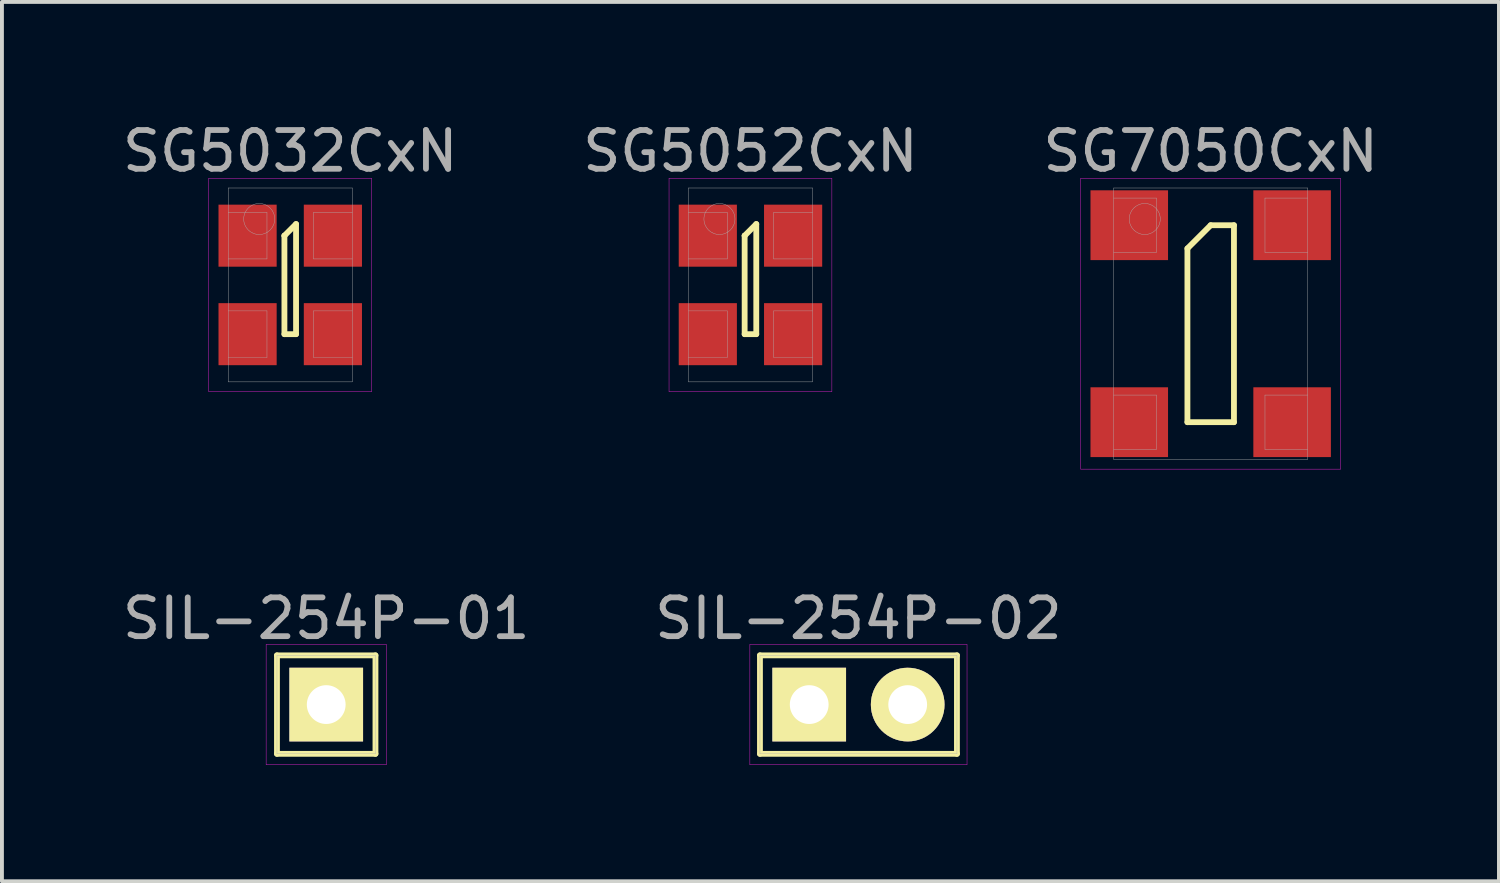
<source format=kicad_pcb>
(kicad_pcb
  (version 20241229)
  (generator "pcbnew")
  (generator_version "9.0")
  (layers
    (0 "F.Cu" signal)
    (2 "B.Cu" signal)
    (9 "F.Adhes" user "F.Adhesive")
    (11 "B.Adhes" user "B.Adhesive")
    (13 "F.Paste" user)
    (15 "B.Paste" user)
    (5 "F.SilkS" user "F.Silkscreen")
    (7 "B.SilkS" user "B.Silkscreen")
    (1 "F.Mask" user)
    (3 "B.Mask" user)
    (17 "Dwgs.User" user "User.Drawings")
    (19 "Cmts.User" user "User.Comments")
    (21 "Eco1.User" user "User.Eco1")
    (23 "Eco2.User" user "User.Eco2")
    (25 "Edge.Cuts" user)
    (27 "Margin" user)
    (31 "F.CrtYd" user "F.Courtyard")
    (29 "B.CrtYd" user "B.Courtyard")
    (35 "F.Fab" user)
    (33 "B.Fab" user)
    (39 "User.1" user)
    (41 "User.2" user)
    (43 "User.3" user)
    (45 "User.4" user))
  (footprint "SG5052CxN"
    (layer "F.Cu")
    (at 16.304 4.298)
    (property "Reference" "SG5052CxN" (at 0 -3.45 0) (layer "F.Fab") (effects (font (size 1 1) (thickness 0.15))))
    (attr through_hole)
    (fp_line (start -0.15 -1.27) (end -0.15 -1.27) (stroke (width 0.15) (type solid)) (layer "F.SilkS"))
    (fp_line (start -0.15 -1.27) (end -0.15 1.27) (stroke (width 0.15) (type solid)) (layer "F.SilkS"))
    (fp_line (start -0.15 1.27) (end 0.15 1.27) (stroke (width 0.15) (type solid)) (layer "F.SilkS"))
    (fp_line (start 0.15 -1.57) (end -0.15 -1.27) (stroke (width 0.15) (type solid)) (layer "F.SilkS"))
    (fp_line (start 0.15 1.27) (end 0.15 -1.57) (stroke (width 0.15) (type solid)) (layer "F.SilkS"))
    (fp_line (start -2.1 -2.75) (end 2.1 -2.75) (stroke (width 0.01) (type solid)) (layer "F.CrtYd"))
    (fp_line (start -2.1 2.75) (end -2.1 -2.75) (stroke (width 0.01) (type solid)) (layer "F.CrtYd"))
    (fp_line (start 2.1 -2.75) (end 2.1 2.75) (stroke (width 0.01) (type solid)) (layer "F.CrtYd"))
    (fp_line (start 2.1 2.75) (end -2.1 2.75) (stroke (width 0.01) (type solid)) (layer "F.CrtYd"))
    (fp_line (start -1.6 -2.5) (end 1.6 -2.5) (stroke (width 0.01) (type solid)) (layer "F.Fab"))
    (fp_line (start -1.6 -0.67) (end -0.6 -0.67) (stroke (width 0.01) (type solid)) (layer "F.Fab"))
    (fp_line (start -1.6 1.87) (end -0.6 1.87) (stroke (width 0.01) (type solid)) (layer "F.Fab"))
    (fp_line (start -1.6 2.5) (end -1.6 -2.5) (stroke (width 0.01) (type solid)) (layer "F.Fab"))
    (fp_line (start -0.6 -1.87) (end -1.6 -1.87) (stroke (width 0.01) (type solid)) (layer "F.Fab"))
    (fp_line (start -0.6 -0.67) (end -0.6 -1.87) (stroke (width 0.01) (type solid)) (layer "F.Fab"))
    (fp_line (start -0.6 0.67) (end -1.6 0.67) (stroke (width 0.01) (type solid)) (layer "F.Fab"))
    (fp_line (start -0.6 1.87) (end -0.6 0.67) (stroke (width 0.01) (type solid)) (layer "F.Fab"))
    (fp_line (start 0.6 -1.87) (end 0.6 -0.67) (stroke (width 0.01) (type solid)) (layer "F.Fab"))
    (fp_line (start 0.6 -0.67) (end 1.6 -0.67) (stroke (width 0.01) (type solid)) (layer "F.Fab"))
    (fp_line (start 0.6 0.67) (end 0.6 1.87) (stroke (width 0.01) (type solid)) (layer "F.Fab"))
    (fp_line (start 0.6 1.87) (end 1.6 1.87) (stroke (width 0.01) (type solid)) (layer "F.Fab"))
    (fp_line (start 1.6 -2.5) (end 1.6 2.5) (stroke (width 0.01) (type solid)) (layer "F.Fab"))
    (fp_line (start 1.6 -1.87) (end 0.6 -1.87) (stroke (width 0.01) (type solid)) (layer "F.Fab"))
    (fp_line (start 1.6 0.67) (end 0.6 0.67) (stroke (width 0.01) (type solid)) (layer "F.Fab"))
    (fp_line (start 1.6 2.5) (end -1.6 2.5) (stroke (width 0.01) (type solid)) (layer "F.Fab"))
    (fp_circle (center -0.8 -1.7) (end -0.8 -1.3) (stroke (width 0.01) (type solid)) (fill no) (layer "F.Fab"))
    (pad "1" smd rect (at -1.1 -1.27) (size 1.5 1.6) (layers "F.Cu" "F.Mask" "F.Paste"))
    (pad "2" smd rect (at -1.1 1.27) (size 1.5 1.6) (layers "F.Cu" "F.Mask" "F.Paste"))
    (pad "3" smd rect (at 1.1 1.27) (size 1.5 1.6) (layers "F.Cu" "F.Mask" "F.Paste"))
    (pad "4" smd rect (at 1.1 -1.27) (size 1.5 1.6) (layers "F.Cu" "F.Mask" "F.Paste")))
  (footprint "SIL-254P-02"
    (layer "F.Cu")
    (at 19.089 15.121)
    (property "Reference" "SIL-254P-02" (at 0 -2.22 0) (layer "F.Fab") (effects (font (size 1 1) (thickness 0.15))))
    (attr through_hole)
    (fp_line (start -2.54 -1.27) (end 2.54 -1.27) (stroke (width 0.15) (type solid)) (layer "F.SilkS"))
    (fp_line (start -2.54 1.27) (end -2.54 -1.27) (stroke (width 0.15) (type solid)) (layer "F.SilkS"))
    (fp_line (start 2.54 -1.27) (end 2.54 1.27) (stroke (width 0.15) (type solid)) (layer "F.SilkS"))
    (fp_line (start 2.54 1.27) (end -2.54 1.27) (stroke (width 0.15) (type solid)) (layer "F.SilkS"))
    (fp_line (start -2.8 -1.55) (end 2.8 -1.55) (stroke (width 0.01) (type solid)) (layer "F.CrtYd"))
    (fp_line (start -2.8 1.55) (end -2.8 -1.55) (stroke (width 0.01) (type solid)) (layer "F.CrtYd"))
    (fp_line (start 2.8 -1.55) (end 2.8 1.55) (stroke (width 0.01) (type solid)) (layer "F.CrtYd"))
    (fp_line (start 2.8 1.55) (end -2.8 1.55) (stroke (width 0.01) (type solid)) (layer "F.CrtYd"))
    (fp_line (start -2.54 -1.27) (end 2.54 -1.27) (stroke (width 0.01) (type solid)) (layer "F.Fab"))
    (fp_line (start -2.54 1.27) (end -2.54 -1.27) (stroke (width 0.01) (type solid)) (layer "F.Fab"))
    (fp_line (start 2.54 -1.27) (end 2.54 1.27) (stroke (width 0.01) (type solid)) (layer "F.Fab"))
    (fp_line (start 2.54 1.27) (end -2.54 1.27) (stroke (width 0.01) (type solid)) (layer "F.Fab"))
    (pad "1" thru_hole rect (at -1.27 0) (size 1.9 1.9) (drill 1) (layers "*.Cu" "*.Mask" "F.SilkS"))
    (pad "2" thru_hole circle (at 1.27 0) (size 1.9 1.9) (drill 1) (layers "*.Cu" "*.Mask" "F.SilkS")))
  (footprint "SG7050CxN"
    (layer "F.Cu")
    (at 28.173 5.298)
    (property "Reference" "SG7050CxN" (at 0 -4.45 0) (layer "F.Fab") (effects (font (size 1 1) (thickness 0.15))))
    (attr smd)
    (fp_line (start -0.6 -1.94) (end 0 -2.54) (stroke (width 0.15) (type solid)) (layer "F.SilkS"))
    (fp_line (start -0.6 2.54) (end -0.6 -1.94) (stroke (width 0.15) (type solid)) (layer "F.SilkS"))
    (fp_line (start 0 -2.54) (end 0.6 -2.54) (stroke (width 0.15) (type solid)) (layer "F.SilkS"))
    (fp_line (start 0.6 -2.54) (end 0.6 2.54) (stroke (width 0.15) (type solid)) (layer "F.SilkS"))
    (fp_line (start 0.6 2.54) (end -0.6 2.54) (stroke (width 0.15) (type solid)) (layer "F.SilkS"))
    (fp_line (start -3.35 -3.75) (end 3.35 -3.75) (stroke (width 0.01) (type solid)) (layer "F.CrtYd"))
    (fp_line (start -3.35 3.75) (end -3.35 -3.75) (stroke (width 0.01) (type solid)) (layer "F.CrtYd"))
    (fp_line (start 3.35 -3.75) (end 3.35 3.75) (stroke (width 0.01) (type solid)) (layer "F.CrtYd"))
    (fp_line (start 3.35 3.75) (end -3.35 3.75) (stroke (width 0.01) (type solid)) (layer "F.CrtYd"))
    (fp_line (start -2.5 -3.5) (end 2.5 -3.5) (stroke (width 0.01) (type solid)) (layer "F.Fab"))
    (fp_line (start -2.5 -1.84) (end -1.4 -1.84) (stroke (width 0.01) (type solid)) (layer "F.Fab"))
    (fp_line (start -2.5 3.24) (end -1.4 3.24) (stroke (width 0.01) (type solid)) (layer "F.Fab"))
    (fp_line (start -2.5 3.5) (end -2.5 -3.5) (stroke (width 0.01) (type solid)) (layer "F.Fab"))
    (fp_line (start -1.4 -3.24) (end -2.5 -3.24) (stroke (width 0.01) (type solid)) (layer "F.Fab"))
    (fp_line (start -1.4 -1.84) (end -1.4 -3.24) (stroke (width 0.01) (type solid)) (layer "F.Fab"))
    (fp_line (start -1.4 1.84) (end -2.5 1.84) (stroke (width 0.01) (type solid)) (layer "F.Fab"))
    (fp_line (start -1.4 3.24) (end -1.4 1.84) (stroke (width 0.01) (type solid)) (layer "F.Fab"))
    (fp_line (start 1.4 -3.24) (end 1.4 -1.84) (stroke (width 0.01) (type solid)) (layer "F.Fab"))
    (fp_line (start 1.4 -1.84) (end 2.5 -1.84) (stroke (width 0.01) (type solid)) (layer "F.Fab"))
    (fp_line (start 1.4 1.84) (end 1.4 3.24) (stroke (width 0.01) (type solid)) (layer "F.Fab"))
    (fp_line (start 1.4 3.24) (end 2.5 3.24) (stroke (width 0.01) (type solid)) (layer "F.Fab"))
    (fp_line (start 2.5 -3.5) (end 2.5 3.5) (stroke (width 0.01) (type solid)) (layer "F.Fab"))
    (fp_line (start 2.5 -3.24) (end 1.4 -3.24) (stroke (width 0.01) (type solid)) (layer "F.Fab"))
    (fp_line (start 2.5 1.84) (end 1.4 1.84) (stroke (width 0.01) (type solid)) (layer "F.Fab"))
    (fp_line (start 2.5 3.5) (end -2.5 3.5) (stroke (width 0.01) (type solid)) (layer "F.Fab"))
    (fp_circle (center -1.7 -2.7) (end -1.7 -2.3) (stroke (width 0.01) (type solid)) (fill no) (layer "F.Fab"))
    (pad "1" smd rect (at -2.1 -2.54) (size 2 1.8) (layers "F.Cu" "F.Mask" "F.Paste"))
    (pad "2" smd rect (at -2.1 2.54) (size 2 1.8) (layers "F.Cu" "F.Mask" "F.Paste"))
    (pad "3" smd rect (at 2.1 2.54) (size 2 1.8) (layers "F.Cu" "F.Mask" "F.Paste"))
    (pad "4" smd rect (at 2.1 -2.54) (size 2 1.8) (layers "F.Cu" "F.Mask" "F.Paste")))
  (footprint "SIL-254P-01"
    (layer "F.Cu")
    (at 5.363 15.121)
    (property "Reference" "SIL-254P-01" (at 0 -2.22 0) (layer "F.Fab") (effects (font (size 1 1) (thickness 0.15))))
    (attr through_hole)
    (fp_line (start -1.27 -1.27) (end 1.27 -1.27) (stroke (width 0.15) (type solid)) (layer "F.SilkS"))
    (fp_line (start -1.27 1.27) (end -1.27 -1.27) (stroke (width 0.15) (type solid)) (layer "F.SilkS"))
    (fp_line (start 1.27 -1.27) (end 1.27 1.27) (stroke (width 0.15) (type solid)) (layer "F.SilkS"))
    (fp_line (start 1.27 1.27) (end -1.27 1.27) (stroke (width 0.15) (type solid)) (layer "F.SilkS"))
    (fp_line (start -1.55 -1.55) (end 1.55 -1.55) (stroke (width 0.01) (type solid)) (layer "F.CrtYd"))
    (fp_line (start -1.55 1.55) (end -1.55 -1.55) (stroke (width 0.01) (type solid)) (layer "F.CrtYd"))
    (fp_line (start 1.55 -1.55) (end 1.55 1.55) (stroke (width 0.01) (type solid)) (layer "F.CrtYd"))
    (fp_line (start 1.55 1.55) (end -1.55 1.55) (stroke (width 0.01) (type solid)) (layer "F.CrtYd"))
    (fp_line (start -1.27 -1.27) (end 1.27 -1.27) (stroke (width 0.01) (type solid)) (layer "F.Fab"))
    (fp_line (start -1.27 1.27) (end -1.27 -1.27) (stroke (width 0.01) (type solid)) (layer "F.Fab"))
    (fp_line (start 1.27 -1.27) (end 1.27 1.27) (stroke (width 0.01) (type solid)) (layer "F.Fab"))
    (fp_line (start 1.27 1.27) (end -1.27 1.27) (stroke (width 0.01) (type solid)) (layer "F.Fab"))
    (pad "1" thru_hole rect (at 0 0) (size 1.9 1.9) (drill 1) (layers "*.Cu" "*.Mask" "F.SilkS")))
  (footprint "SG5032CxN"
    (layer "F.Cu")
    (at 4.435 4.298)
    (property "Reference" "SG5032CxN" (at 0 -3.45 0) (layer "F.Fab") (effects (font (size 1 1) (thickness 0.15))))
    (attr smd)
    (fp_line (start -0.15 -1.27) (end -0.15 -1.27) (stroke (width 0.15) (type solid)) (layer "F.SilkS"))
    (fp_line (start -0.15 -1.27) (end -0.15 1.27) (stroke (width 0.15) (type solid)) (layer "F.SilkS"))
    (fp_line (start -0.15 1.27) (end 0.15 1.27) (stroke (width 0.15) (type solid)) (layer "F.SilkS"))
    (fp_line (start 0.15 -1.57) (end -0.15 -1.27) (stroke (width 0.15) (type solid)) (layer "F.SilkS"))
    (fp_line (start 0.15 1.27) (end 0.15 -1.57) (stroke (width 0.15) (type solid)) (layer "F.SilkS"))
    (fp_line (start -2.1 -2.75) (end 2.1 -2.75) (stroke (width 0.01) (type solid)) (layer "F.CrtYd"))
    (fp_line (start -2.1 2.75) (end -2.1 -2.75) (stroke (width 0.01) (type solid)) (layer "F.CrtYd"))
    (fp_line (start 2.1 -2.75) (end 2.1 2.75) (stroke (width 0.01) (type solid)) (layer "F.CrtYd"))
    (fp_line (start 2.1 2.75) (end -2.1 2.75) (stroke (width 0.01) (type solid)) (layer "F.CrtYd"))
    (fp_line (start -1.6 -2.5) (end 1.6 -2.5) (stroke (width 0.01) (type solid)) (layer "F.Fab"))
    (fp_line (start -1.6 -0.67) (end -0.6 -0.67) (stroke (width 0.01) (type solid)) (layer "F.Fab"))
    (fp_line (start -1.6 1.87) (end -0.6 1.87) (stroke (width 0.01) (type solid)) (layer "F.Fab"))
    (fp_line (start -1.6 2.5) (end -1.6 -2.5) (stroke (width 0.01) (type solid)) (layer "F.Fab"))
    (fp_line (start -0.6 -1.87) (end -1.6 -1.87) (stroke (width 0.01) (type solid)) (layer "F.Fab"))
    (fp_line (start -0.6 -0.67) (end -0.6 -1.87) (stroke (width 0.01) (type solid)) (layer "F.Fab"))
    (fp_line (start -0.6 0.67) (end -1.6 0.67) (stroke (width 0.01) (type solid)) (layer "F.Fab"))
    (fp_line (start -0.6 1.87) (end -0.6 0.67) (stroke (width 0.01) (type solid)) (layer "F.Fab"))
    (fp_line (start 0.6 -1.87) (end 0.6 -0.67) (stroke (width 0.01) (type solid)) (layer "F.Fab"))
    (fp_line (start 0.6 -0.67) (end 1.6 -0.67) (stroke (width 0.01) (type solid)) (layer "F.Fab"))
    (fp_line (start 0.6 0.67) (end 0.6 1.87) (stroke (width 0.01) (type solid)) (layer "F.Fab"))
    (fp_line (start 0.6 1.87) (end 1.6 1.87) (stroke (width 0.01) (type solid)) (layer "F.Fab"))
    (fp_line (start 1.6 -2.5) (end 1.6 2.5) (stroke (width 0.01) (type solid)) (layer "F.Fab"))
    (fp_line (start 1.6 -1.87) (end 0.6 -1.87) (stroke (width 0.01) (type solid)) (layer "F.Fab"))
    (fp_line (start 1.6 0.67) (end 0.6 0.67) (stroke (width 0.01) (type solid)) (layer "F.Fab"))
    (fp_line (start 1.6 2.5) (end -1.6 2.5) (stroke (width 0.01) (type solid)) (layer "F.Fab"))
    (fp_circle (center -0.8 -1.7) (end -0.8 -1.3) (stroke (width 0.01) (type solid)) (fill no) (layer "F.Fab"))
    (pad "1" smd rect (at -1.1 -1.27) (size 1.5 1.6) (layers "F.Cu" "F.Mask" "F.Paste"))
    (pad "2" smd rect (at -1.1 1.27) (size 1.5 1.6) (layers "F.Cu" "F.Mask" "F.Paste"))
    (pad "3" smd rect (at 1.1 1.27) (size 1.5 1.6) (layers "F.Cu" "F.Mask" "F.Paste"))
    (pad "4" smd rect (at 1.1 -1.27) (size 1.5 1.6) (layers "F.Cu" "F.Mask" "F.Paste")))
  (gr_rect
    (start -3 -3)
    (end 35.607 19.677)
    (stroke (width 0.1) (type default))
    (fill no)
    (layer "Edge.Cuts")))
</source>
